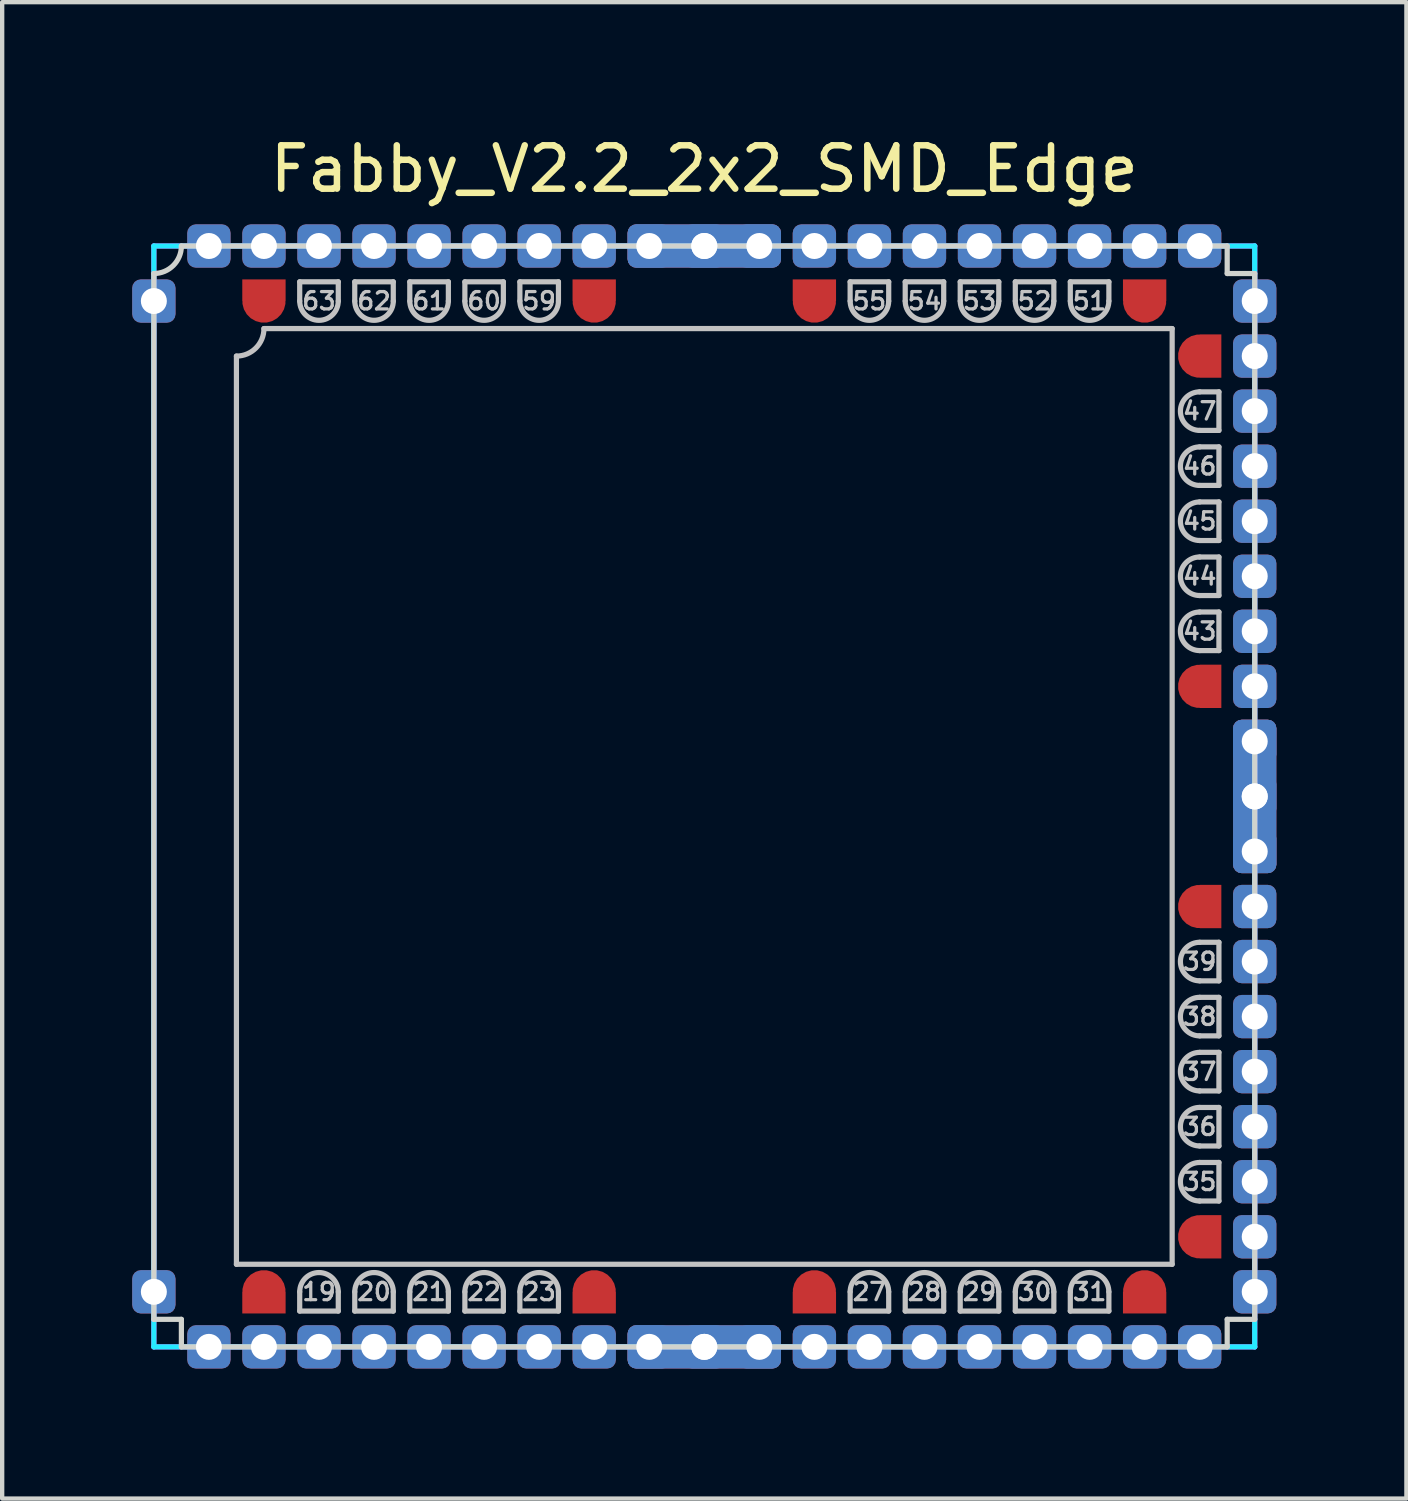
<source format=kicad_pcb>
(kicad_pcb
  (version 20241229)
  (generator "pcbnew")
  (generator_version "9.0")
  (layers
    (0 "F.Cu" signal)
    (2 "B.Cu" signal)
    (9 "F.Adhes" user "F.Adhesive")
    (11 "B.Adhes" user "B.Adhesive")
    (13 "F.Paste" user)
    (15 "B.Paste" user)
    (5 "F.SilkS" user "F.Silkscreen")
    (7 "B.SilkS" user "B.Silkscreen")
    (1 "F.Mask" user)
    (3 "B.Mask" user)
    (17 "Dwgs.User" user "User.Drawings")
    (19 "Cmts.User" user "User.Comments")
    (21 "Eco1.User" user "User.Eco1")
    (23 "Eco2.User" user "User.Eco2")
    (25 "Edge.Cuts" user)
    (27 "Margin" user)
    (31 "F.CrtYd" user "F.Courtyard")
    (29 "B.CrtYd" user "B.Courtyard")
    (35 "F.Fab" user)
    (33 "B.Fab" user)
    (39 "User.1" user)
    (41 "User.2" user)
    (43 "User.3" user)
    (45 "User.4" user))
  (footprint "Fabby_V2.2_2x2_SMD_Edge"
    (layer "F.Cu")
    (at 13.2 15.326)
    (property "Reference" "Fabby_V2.2_2x2_SMD_Edge" (at 0 -14.478 0) (layer "F.SilkS") (effects (font (size 1 1) (thickness 0.15))))
    (attr through_hole)
    (fp_line (start -10.795 10.795) (end -10.795 -10.16) (stroke (width 0.12) (type solid)) (layer "Dwgs.User"))
    (fp_line (start -10.16 -10.795) (end 10.795 -10.795) (stroke (width 0.12) (type solid)) (layer "Dwgs.User"))
    (fp_line (start -9.335 -11.874) (end -9.335 -11.43) (stroke (width 0.12) (type solid)) (layer "Dwgs.User"))
    (fp_line (start -9.335 11.874) (end -9.335 11.43) (stroke (width 0.12) (type solid)) (layer "Dwgs.User"))
    (fp_line (start -9.335 11.874) (end -8.445 11.874) (stroke (width 0.12) (type solid)) (layer "Dwgs.User"))
    (fp_line (start -8.445 -11.874) (end -9.335 -11.874) (stroke (width 0.12) (type solid)) (layer "Dwgs.User"))
    (fp_line (start -8.445 -11.874) (end -8.445 -11.43) (stroke (width 0.12) (type solid)) (layer "Dwgs.User"))
    (fp_line (start -8.445 11.874) (end -8.445 11.43) (stroke (width 0.12) (type solid)) (layer "Dwgs.User"))
    (fp_line (start -8.065 -11.874) (end -8.065 -11.43) (stroke (width 0.12) (type solid)) (layer "Dwgs.User"))
    (fp_line (start -8.065 11.874) (end -8.065 11.43) (stroke (width 0.12) (type solid)) (layer "Dwgs.User"))
    (fp_line (start -8.065 11.874) (end -7.176 11.874) (stroke (width 0.12) (type solid)) (layer "Dwgs.User"))
    (fp_line (start -7.176 -11.874) (end -8.065 -11.874) (stroke (width 0.12) (type solid)) (layer "Dwgs.User"))
    (fp_line (start -7.176 -11.874) (end -7.176 -11.43) (stroke (width 0.12) (type solid)) (layer "Dwgs.User"))
    (fp_line (start -7.176 11.874) (end -7.176 11.43) (stroke (width 0.12) (type solid)) (layer "Dwgs.User"))
    (fp_line (start -6.795 -11.874) (end -6.795 -11.43) (stroke (width 0.12) (type solid)) (layer "Dwgs.User"))
    (fp_line (start -6.795 11.874) (end -6.795 11.43) (stroke (width 0.12) (type solid)) (layer "Dwgs.User"))
    (fp_line (start -6.795 11.874) (end -5.905 11.874) (stroke (width 0.12) (type solid)) (layer "Dwgs.User"))
    (fp_line (start -5.905 -11.874) (end -6.795 -11.874) (stroke (width 0.12) (type solid)) (layer "Dwgs.User"))
    (fp_line (start -5.905 -11.874) (end -5.905 -11.43) (stroke (width 0.12) (type solid)) (layer "Dwgs.User"))
    (fp_line (start -5.905 11.874) (end -5.905 11.43) (stroke (width 0.12) (type solid)) (layer "Dwgs.User"))
    (fp_line (start -5.524 -11.874) (end -5.524 -11.43) (stroke (width 0.12) (type solid)) (layer "Dwgs.User"))
    (fp_line (start -5.524 11.874) (end -5.524 11.43) (stroke (width 0.12) (type solid)) (layer "Dwgs.User"))
    (fp_line (start -5.524 11.874) (end -4.636 11.874) (stroke (width 0.12) (type solid)) (layer "Dwgs.User"))
    (fp_line (start -4.636 -11.874) (end -5.524 -11.874) (stroke (width 0.12) (type solid)) (layer "Dwgs.User"))
    (fp_line (start -4.636 -11.874) (end -4.636 -11.43) (stroke (width 0.12) (type solid)) (layer "Dwgs.User"))
    (fp_line (start -4.636 11.874) (end -4.636 11.43) (stroke (width 0.12) (type solid)) (layer "Dwgs.User"))
    (fp_line (start -4.255 -11.874) (end -4.255 -11.43) (stroke (width 0.12) (type solid)) (layer "Dwgs.User"))
    (fp_line (start -4.255 11.874) (end -4.255 11.43) (stroke (width 0.12) (type solid)) (layer "Dwgs.User"))
    (fp_line (start -4.255 11.874) (end -3.365 11.874) (stroke (width 0.12) (type solid)) (layer "Dwgs.User"))
    (fp_line (start -3.365 -11.874) (end -4.255 -11.874) (stroke (width 0.12) (type solid)) (layer "Dwgs.User"))
    (fp_line (start -3.365 -11.874) (end -3.365 -11.43) (stroke (width 0.12) (type solid)) (layer "Dwgs.User"))
    (fp_line (start -3.365 11.874) (end -3.365 11.43) (stroke (width 0.12) (type solid)) (layer "Dwgs.User"))
    (fp_line (start 3.365 -11.874) (end 3.365 -11.43) (stroke (width 0.12) (type solid)) (layer "Dwgs.User"))
    (fp_line (start 3.365 11.874) (end 3.365 11.43) (stroke (width 0.12) (type solid)) (layer "Dwgs.User"))
    (fp_line (start 3.365 11.874) (end 4.255 11.874) (stroke (width 0.12) (type solid)) (layer "Dwgs.User"))
    (fp_line (start 4.255 -11.874) (end 3.365 -11.874) (stroke (width 0.12) (type solid)) (layer "Dwgs.User"))
    (fp_line (start 4.255 -11.874) (end 4.255 -11.43) (stroke (width 0.12) (type solid)) (layer "Dwgs.User"))
    (fp_line (start 4.255 11.874) (end 4.255 11.43) (stroke (width 0.12) (type solid)) (layer "Dwgs.User"))
    (fp_line (start 4.636 -11.874) (end 4.636 -11.43) (stroke (width 0.12) (type solid)) (layer "Dwgs.User"))
    (fp_line (start 4.636 11.874) (end 4.636 11.43) (stroke (width 0.12) (type solid)) (layer "Dwgs.User"))
    (fp_line (start 4.636 11.874) (end 5.524 11.874) (stroke (width 0.12) (type solid)) (layer "Dwgs.User"))
    (fp_line (start 5.524 -11.874) (end 4.636 -11.874) (stroke (width 0.12) (type solid)) (layer "Dwgs.User"))
    (fp_line (start 5.524 -11.874) (end 5.524 -11.43) (stroke (width 0.12) (type solid)) (layer "Dwgs.User"))
    (fp_line (start 5.524 11.874) (end 5.524 11.43) (stroke (width 0.12) (type solid)) (layer "Dwgs.User"))
    (fp_line (start 5.905 -11.874) (end 5.905 -11.43) (stroke (width 0.12) (type solid)) (layer "Dwgs.User"))
    (fp_line (start 5.905 11.874) (end 5.905 11.43) (stroke (width 0.12) (type solid)) (layer "Dwgs.User"))
    (fp_line (start 5.905 11.874) (end 6.795 11.874) (stroke (width 0.12) (type solid)) (layer "Dwgs.User"))
    (fp_line (start 6.795 -11.874) (end 5.905 -11.874) (stroke (width 0.12) (type solid)) (layer "Dwgs.User"))
    (fp_line (start 6.795 -11.874) (end 6.795 -11.43) (stroke (width 0.12) (type solid)) (layer "Dwgs.User"))
    (fp_line (start 6.795 11.874) (end 6.795 11.43) (stroke (width 0.12) (type solid)) (layer "Dwgs.User"))
    (fp_line (start 7.176 -11.874) (end 7.176 -11.43) (stroke (width 0.12) (type solid)) (layer "Dwgs.User"))
    (fp_line (start 7.176 11.874) (end 7.176 11.43) (stroke (width 0.12) (type solid)) (layer "Dwgs.User"))
    (fp_line (start 7.176 11.874) (end 8.065 11.874) (stroke (width 0.12) (type solid)) (layer "Dwgs.User"))
    (fp_line (start 8.065 -11.874) (end 7.176 -11.874) (stroke (width 0.12) (type solid)) (layer "Dwgs.User"))
    (fp_line (start 8.065 -11.874) (end 8.065 -11.43) (stroke (width 0.12) (type solid)) (layer "Dwgs.User"))
    (fp_line (start 8.065 11.874) (end 8.065 11.43) (stroke (width 0.12) (type solid)) (layer "Dwgs.User"))
    (fp_line (start 8.445 -11.874) (end 8.445 -11.43) (stroke (width 0.12) (type solid)) (layer "Dwgs.User"))
    (fp_line (start 8.445 11.874) (end 8.445 11.43) (stroke (width 0.12) (type solid)) (layer "Dwgs.User"))
    (fp_line (start 8.445 11.874) (end 9.335 11.874) (stroke (width 0.12) (type solid)) (layer "Dwgs.User"))
    (fp_line (start 9.335 -11.874) (end 8.445 -11.874) (stroke (width 0.12) (type solid)) (layer "Dwgs.User"))
    (fp_line (start 9.335 -11.874) (end 9.335 -11.43) (stroke (width 0.12) (type solid)) (layer "Dwgs.User"))
    (fp_line (start 9.335 11.874) (end 9.335 11.43) (stroke (width 0.12) (type solid)) (layer "Dwgs.User"))
    (fp_line (start 10.795 -10.795) (end 10.795 10.795) (stroke (width 0.12) (type solid)) (layer "Dwgs.User"))
    (fp_line (start 10.795 10.795) (end -10.795 10.795) (stroke (width 0.12) (type solid)) (layer "Dwgs.User"))
    (fp_line (start 11.874 -9.335) (end 11.43 -9.335) (stroke (width 0.12) (type solid)) (layer "Dwgs.User"))
    (fp_line (start 11.874 -8.445) (end 11.43 -8.445) (stroke (width 0.12) (type solid)) (layer "Dwgs.User"))
    (fp_line (start 11.874 -8.445) (end 11.874 -9.335) (stroke (width 0.12) (type solid)) (layer "Dwgs.User"))
    (fp_line (start 11.874 -8.065) (end 11.43 -8.065) (stroke (width 0.12) (type solid)) (layer "Dwgs.User"))
    (fp_line (start 11.874 -7.176) (end 11.43 -7.176) (stroke (width 0.12) (type solid)) (layer "Dwgs.User"))
    (fp_line (start 11.874 -7.176) (end 11.874 -8.065) (stroke (width 0.12) (type solid)) (layer "Dwgs.User"))
    (fp_line (start 11.874 -6.795) (end 11.43 -6.795) (stroke (width 0.12) (type solid)) (layer "Dwgs.User"))
    (fp_line (start 11.874 -5.905) (end 11.43 -5.905) (stroke (width 0.12) (type solid)) (layer "Dwgs.User"))
    (fp_line (start 11.874 -5.905) (end 11.874 -6.795) (stroke (width 0.12) (type solid)) (layer "Dwgs.User"))
    (fp_line (start 11.874 -5.524) (end 11.43 -5.524) (stroke (width 0.12) (type solid)) (layer "Dwgs.User"))
    (fp_line (start 11.874 -4.636) (end 11.43 -4.636) (stroke (width 0.12) (type solid)) (layer "Dwgs.User"))
    (fp_line (start 11.874 -4.636) (end 11.874 -5.524) (stroke (width 0.12) (type solid)) (layer "Dwgs.User"))
    (fp_line (start 11.874 -4.255) (end 11.43 -4.255) (stroke (width 0.12) (type solid)) (layer "Dwgs.User"))
    (fp_line (start 11.874 -3.365) (end 11.43 -3.365) (stroke (width 0.12) (type solid)) (layer "Dwgs.User"))
    (fp_line (start 11.874 -3.365) (end 11.874 -4.255) (stroke (width 0.12) (type solid)) (layer "Dwgs.User"))
    (fp_line (start 11.874 3.365) (end 11.43 3.365) (stroke (width 0.12) (type solid)) (layer "Dwgs.User"))
    (fp_line (start 11.874 4.255) (end 11.43 4.255) (stroke (width 0.12) (type solid)) (layer "Dwgs.User"))
    (fp_line (start 11.874 4.255) (end 11.874 3.365) (stroke (width 0.12) (type solid)) (layer "Dwgs.User"))
    (fp_line (start 11.874 4.636) (end 11.43 4.636) (stroke (width 0.12) (type solid)) (layer "Dwgs.User"))
    (fp_line (start 11.874 5.524) (end 11.43 5.524) (stroke (width 0.12) (type solid)) (layer "Dwgs.User"))
    (fp_line (start 11.874 5.524) (end 11.874 4.636) (stroke (width 0.12) (type solid)) (layer "Dwgs.User"))
    (fp_line (start 11.874 5.905) (end 11.43 5.905) (stroke (width 0.12) (type solid)) (layer "Dwgs.User"))
    (fp_line (start 11.874 6.795) (end 11.43 6.795) (stroke (width 0.12) (type solid)) (layer "Dwgs.User"))
    (fp_line (start 11.874 6.795) (end 11.874 5.905) (stroke (width 0.12) (type solid)) (layer "Dwgs.User"))
    (fp_line (start 11.874 7.176) (end 11.43 7.176) (stroke (width 0.12) (type solid)) (layer "Dwgs.User"))
    (fp_line (start 11.874 8.065) (end 11.43 8.065) (stroke (width 0.12) (type solid)) (layer "Dwgs.User"))
    (fp_line (start 11.874 8.065) (end 11.874 7.176) (stroke (width 0.12) (type solid)) (layer "Dwgs.User"))
    (fp_line (start 11.874 8.445) (end 11.43 8.445) (stroke (width 0.12) (type solid)) (layer "Dwgs.User"))
    (fp_line (start 11.874 9.335) (end 11.43 9.335) (stroke (width 0.12) (type solid)) (layer "Dwgs.User"))
    (fp_line (start 11.874 9.335) (end 11.874 8.445) (stroke (width 0.12) (type solid)) (layer "Dwgs.User"))
    (fp_arc (start -10.16 -10.795) (mid -10.345987 -10.345987) (end -10.795 -10.16) (stroke (width 0.12) (type solid)) (layer "Dwgs.User"))
    (fp_arc (start -9.3345 11.43) (mid -8.89 10.9855) (end -8.4455 11.43) (stroke (width 0.12) (type solid)) (layer "Dwgs.User"))
    (fp_arc (start -8.4455 -11.43) (mid -8.89 -10.9855) (end -9.3345 -11.43) (stroke (width 0.12) (type solid)) (layer "Dwgs.User"))
    (fp_arc (start -8.0645 11.43) (mid -7.62 10.9855) (end -7.1755 11.43) (stroke (width 0.12) (type solid)) (layer "Dwgs.User"))
    (fp_arc (start -7.1755 -11.43) (mid -7.62 -10.9855) (end -8.0645 -11.43) (stroke (width 0.12) (type solid)) (layer "Dwgs.User"))
    (fp_arc (start -6.7945 11.43) (mid -6.35 10.9855) (end -5.9055 11.43) (stroke (width 0.12) (type solid)) (layer "Dwgs.User"))
    (fp_arc (start -5.9055 -11.43) (mid -6.35 -10.9855) (end -6.7945 -11.43) (stroke (width 0.12) (type solid)) (layer "Dwgs.User"))
    (fp_arc (start -5.5245 11.43) (mid -5.08 10.9855) (end -4.6355 11.43) (stroke (width 0.12) (type solid)) (layer "Dwgs.User"))
    (fp_arc (start -4.6355 -11.43) (mid -5.08 -10.9855) (end -5.5245 -11.43) (stroke (width 0.12) (type solid)) (layer "Dwgs.User"))
    (fp_arc (start -4.2545 11.43) (mid -3.81 10.9855) (end -3.3655 11.43) (stroke (width 0.12) (type solid)) (layer "Dwgs.User"))
    (fp_arc (start -3.3655 -11.43) (mid -3.81 -10.9855) (end -4.2545 -11.43) (stroke (width 0.12) (type solid)) (layer "Dwgs.User"))
    (fp_arc (start 3.3655 11.43) (mid 3.81 10.9855) (end 4.2545 11.43) (stroke (width 0.12) (type solid)) (layer "Dwgs.User"))
    (fp_arc (start 4.2545 -11.43) (mid 3.81 -10.9855) (end 3.3655 -11.43) (stroke (width 0.12) (type solid)) (layer "Dwgs.User"))
    (fp_arc (start 4.6355 11.43) (mid 5.08 10.9855) (end 5.5245 11.43) (stroke (width 0.12) (type solid)) (layer "Dwgs.User"))
    (fp_arc (start 5.5245 -11.43) (mid 5.08 -10.9855) (end 4.6355 -11.43) (stroke (width 0.12) (type solid)) (layer "Dwgs.User"))
    (fp_arc (start 5.9055 11.43) (mid 6.35 10.9855) (end 6.7945 11.43) (stroke (width 0.12) (type solid)) (layer "Dwgs.User"))
    (fp_arc (start 6.7945 -11.43) (mid 6.35 -10.9855) (end 5.9055 -11.43) (stroke (width 0.12) (type solid)) (layer "Dwgs.User"))
    (fp_arc (start 7.1755 11.43) (mid 7.62 10.9855) (end 8.0645 11.43) (stroke (width 0.12) (type solid)) (layer "Dwgs.User"))
    (fp_arc (start 8.0645 -11.43) (mid 7.62 -10.9855) (end 7.1755 -11.43) (stroke (width 0.12) (type solid)) (layer "Dwgs.User"))
    (fp_arc (start 8.4455 11.43) (mid 8.89 10.9855) (end 9.3345 11.43) (stroke (width 0.12) (type solid)) (layer "Dwgs.User"))
    (fp_arc (start 9.3345 -11.43) (mid 8.89 -10.9855) (end 8.4455 -11.43) (stroke (width 0.12) (type solid)) (layer "Dwgs.User"))
    (fp_arc (start 11.43 -8.4455) (mid 10.9855 -8.89) (end 11.43 -9.3345) (stroke (width 0.12) (type solid)) (layer "Dwgs.User"))
    (fp_arc (start 11.43 -7.1755) (mid 10.9855 -7.62) (end 11.43 -8.0645) (stroke (width 0.12) (type solid)) (layer "Dwgs.User"))
    (fp_arc (start 11.43 -5.9055) (mid 10.9855 -6.35) (end 11.43 -6.7945) (stroke (width 0.12) (type solid)) (layer "Dwgs.User"))
    (fp_arc (start 11.43 -4.6355) (mid 10.9855 -5.08) (end 11.43 -5.5245) (stroke (width 0.12) (type solid)) (layer "Dwgs.User"))
    (fp_arc (start 11.43 -3.3655) (mid 10.9855 -3.81) (end 11.43 -4.2545) (stroke (width 0.12) (type solid)) (layer "Dwgs.User"))
    (fp_arc (start 11.43 4.2545) (mid 10.9855 3.81) (end 11.43 3.3655) (stroke (width 0.12) (type solid)) (layer "Dwgs.User"))
    (fp_arc (start 11.43 5.5245) (mid 10.9855 5.08) (end 11.43 4.6355) (stroke (width 0.12) (type solid)) (layer "Dwgs.User"))
    (fp_arc (start 11.43 6.7945) (mid 10.9855 6.35) (end 11.43 5.9055) (stroke (width 0.12) (type solid)) (layer "Dwgs.User"))
    (fp_arc (start 11.43 8.0645) (mid 10.9855 7.62) (end 11.43 7.1755) (stroke (width 0.12) (type solid)) (layer "Dwgs.User"))
    (fp_arc (start 11.43 9.3345) (mid 10.9855 8.89) (end 11.43 8.4455) (stroke (width 0.12) (type solid)) (layer "Dwgs.User"))
    (fp_line (start -12.7 12.065) (end -12.7 -12.065) (stroke (width 0.12) (type solid)) (layer "Edge.Cuts"))
    (fp_line (start -12.7 12.065) (end -12.065 12.065) (stroke (width 0.12) (type solid)) (layer "Edge.Cuts"))
    (fp_line (start -12.065 -12.7) (end 12.065 -12.7) (stroke (width 0.12) (type solid)) (layer "Edge.Cuts"))
    (fp_line (start -12.065 12.065) (end -12.065 12.7) (stroke (width 0.12) (type solid)) (layer "Edge.Cuts"))
    (fp_line (start -12.065 12.7) (end 12.065 12.7) (stroke (width 0.12) (type solid)) (layer "Edge.Cuts"))
    (fp_line (start 12.065 -12.7) (end 12.065 -12.065) (stroke (width 0.12) (type solid)) (layer "Edge.Cuts"))
    (fp_line (start 12.065 -12.065) (end 12.7 -12.065) (stroke (width 0.12) (type solid)) (layer "Edge.Cuts"))
    (fp_line (start 12.065 12.065) (end 12.7 12.065) (stroke (width 0.12) (type solid)) (layer "Edge.Cuts"))
    (fp_line (start 12.065 12.7) (end 12.065 12.065) (stroke (width 0.12) (type solid)) (layer "Edge.Cuts"))
    (fp_line (start 12.7 -12.065) (end 12.7 12.065) (stroke (width 0.12) (type solid)) (layer "Edge.Cuts"))
    (fp_arc (start -12.065 -12.7) (mid -12.250987 -12.250987) (end -12.7 -12.065) (stroke (width 0.12) (type solid)) (layer "Edge.Cuts"))
    (fp_line (start -12.7 -12.7) (end 12.7 -12.7) (stroke (width 0.12) (type solid)) (layer "B.CrtYd"))
    (fp_line (start -12.7 12.7) (end -12.7 -12.7) (stroke (width 0.12) (type solid)) (layer "B.CrtYd"))
    (fp_line (start 12.7 -12.7) (end 12.7 12.7) (stroke (width 0.12) (type solid)) (layer "B.CrtYd"))
    (fp_line (start 12.7 12.7) (end -12.7 12.7) (stroke (width 0.12) (type solid)) (layer "B.CrtYd"))
    (fp_line (start -12.7 -12.7) (end 12.7 -12.7) (stroke (width 0.12) (type solid)) (layer "F.CrtYd"))
    (fp_line (start -12.7 12.7) (end -12.7 -12.7) (stroke (width 0.12) (type solid)) (layer "F.CrtYd"))
    (fp_line (start 12.7 -12.7) (end 12.7 12.7) (stroke (width 0.12) (type solid)) (layer "F.CrtYd"))
    (fp_line (start 12.7 12.7) (end -12.7 12.7) (stroke (width 0.12) (type solid)) (layer "F.CrtYd"))
    (fp_text user "29" (at 6.35 11.43 0) (layer "Dwgs.User") (effects (font (size 0.4 0.4) (thickness 0.075))))
    (fp_text user "52" (at 7.62 -11.43 0) (layer "Dwgs.User") (effects (font (size 0.4 0.4) (thickness 0.075))))
    (fp_text user "37" (at 11.43 6.35 0) (layer "Dwgs.User") (effects (font (size 0.4 0.4) (thickness 0.075))))
    (fp_text user "53" (at 6.35 -11.43 0) (layer "Dwgs.User") (effects (font (size 0.4 0.4) (thickness 0.075))))
    (fp_text user "20" (at -7.62 11.43 0) (layer "Dwgs.User") (effects (font (size 0.4 0.4) (thickness 0.075))))
    (fp_text user "54" (at 5.08 -11.43 0) (layer "Dwgs.User") (effects (font (size 0.4 0.4) (thickness 0.075))))
    (fp_text user "46" (at 11.43 -7.62 0) (layer "Dwgs.User") (effects (font (size 0.4 0.4) (thickness 0.075))))
    (fp_text user "22" (at -5.08 11.43 0) (layer "Dwgs.User") (effects (font (size 0.4 0.4) (thickness 0.075))))
    (fp_text user "45" (at 11.43 -6.35 0) (layer "Dwgs.User") (effects (font (size 0.4 0.4) (thickness 0.075))))
    (fp_text user "35" (at 11.43 8.89 0) (layer "Dwgs.User") (effects (font (size 0.4 0.4) (thickness 0.075))))
    (fp_text user "47" (at 11.43 -8.89 0) (layer "Dwgs.User") (effects (font (size 0.4 0.4) (thickness 0.075))))
    (fp_text user "61" (at -6.35 -11.43 0) (layer "Dwgs.User") (effects (font (size 0.4 0.4) (thickness 0.075))))
    (fp_text user "21" (at -6.35 11.43 0) (layer "Dwgs.User") (effects (font (size 0.4 0.4) (thickness 0.075))))
    (fp_text user "59" (at -3.81 -11.43 0) (layer "Dwgs.User") (effects (font (size 0.4 0.4) (thickness 0.075))))
    (fp_text user "27" (at 3.81 11.43 0) (layer "Dwgs.User") (effects (font (size 0.4 0.4) (thickness 0.075))))
    (fp_text user "36" (at 11.43 7.62 0) (layer "Dwgs.User") (effects (font (size 0.4 0.4) (thickness 0.075))))
    (fp_text user "62" (at -7.62 -11.43 0) (layer "Dwgs.User") (effects (font (size 0.4 0.4) (thickness 0.075))))
    (fp_text user "55" (at 3.81 -11.43 0) (layer "Dwgs.User") (effects (font (size 0.4 0.4) (thickness 0.075))))
    (fp_text user "23" (at -3.81 11.43 0) (layer "Dwgs.User") (effects (font (size 0.4 0.4) (thickness 0.075))))
    (fp_text user "39" (at 11.43 3.81 0) (layer "Dwgs.User") (effects (font (size 0.4 0.4) (thickness 0.075))))
    (fp_text user "63" (at -8.89 -11.43 0) (layer "Dwgs.User") (effects (font (size 0.4 0.4) (thickness 0.075))))
    (fp_text user "51" (at 8.89 -11.43 0) (layer "Dwgs.User") (effects (font (size 0.4 0.4) (thickness 0.075))))
    (fp_text user "43" (at 11.43 -3.81 0) (layer "Dwgs.User") (effects (font (size 0.4 0.4) (thickness 0.075))))
    (fp_text user "28" (at 5.08 11.43 0) (layer "Dwgs.User") (effects (font (size 0.4 0.4) (thickness 0.075))))
    (fp_text user "30" (at 7.62 11.43 0) (layer "Dwgs.User") (effects (font (size 0.4 0.4) (thickness 0.075))))
    (fp_text user "31" (at 8.89 11.43 0) (layer "Dwgs.User") (effects (font (size 0.4 0.4) (thickness 0.075))))
    (fp_text user "60" (at -5.08 -11.43 0) (layer "Dwgs.User") (effects (font (size 0.4 0.4) (thickness 0.075))))
    (fp_text user "38" (at 11.43 5.08 0) (layer "Dwgs.User") (effects (font (size 0.4 0.4) (thickness 0.075))))
    (fp_text user "44" (at 11.43 -5.08 0) (layer "Dwgs.User") (effects (font (size 0.4 0.4) (thickness 0.075))))
    (fp_text user "19" (at -8.89 11.43 0) (layer "Dwgs.User") (effects (font (size 0.4 0.4) (thickness 0.075))))
    (pad "" thru_hole roundrect (at -10.16 -12.7 270) (size 1 1) (drill 0.6) (layers "*.Cu" "*.Mask") (roundrect_rratio 0.2))
    (pad "" thru_hole roundrect (at -10.16 12.7 270) (size 1 1) (drill 0.6) (layers "*.Cu" "*.Mask") (roundrect_rratio 0.2))
    (pad "" thru_hole roundrect (at -2.54 -12.7 270) (size 1 1) (drill 0.6) (layers "*.Cu" "*.Mask") (roundrect_rratio 0.2))
    (pad "" thru_hole roundrect (at -2.54 12.7 270) (size 1 1) (drill 0.6) (layers "*.Cu" "*.Mask") (roundrect_rratio 0.2))
    (pad "" thru_hole roundrect (at 2.54 -12.7 270) (size 1 1) (drill 0.6) (layers "*.Cu" "*.Mask") (roundrect_rratio 0.2))
    (pad "" thru_hole roundrect (at 2.54 12.7 270) (size 1 1) (drill 0.6) (layers "*.Cu" "*.Mask") (roundrect_rratio 0.2))
    (pad "" thru_hole roundrect (at 10.16 -12.7 270) (size 1 1) (drill 0.6) (layers "*.Cu" "*.Mask") (roundrect_rratio 0.2))
    (pad "" thru_hole roundrect (at 10.16 12.7 270) (size 1 1) (drill 0.6) (layers "*.Cu" "*.Mask") (roundrect_rratio 0.2))
    (pad "" thru_hole roundrect (at 12.7 -10.16 270) (size 1 1) (drill 0.6) (layers "*.Cu" "*.Mask") (roundrect_rratio 0.2))
    (pad "" thru_hole roundrect (at 12.7 -2.54 270) (size 1 1) (drill 0.6) (layers "*.Cu" "*.Mask") (roundrect_rratio 0.2))
    (pad "" thru_hole roundrect (at 12.7 2.54 270) (size 1 1) (drill 0.6) (layers "*.Cu" "*.Mask") (roundrect_rratio 0.2))
    (pad "" thru_hole roundrect (at 12.7 10.16 270) (size 1 1) (drill 0.6) (layers "*.Cu" "*.Mask") (roundrect_rratio 0.2))
    (pad "1" thru_hole roundrect (at -12.7 -11.43 270) (size 1 1) (drill 0.6) (layers "*.Cu" "*.Mask") (roundrect_rratio 0.2))
    (pad "1" thru_hole roundrect (at -12.7 11.43 270) (size 1 1) (drill 0.6) (layers "*.Cu" "*.Mask") (roundrect_rratio 0.2))
    (pad "1" thru_hole roundrect (at -11.43 -12.7 180) (size 1 1) (drill 0.6) (layers "*.Cu" "*.Mask") (roundrect_rratio 0.2))
    (pad "1" thru_hole roundrect (at -11.43 12.7) (size 1 1) (drill 0.6) (layers "*.Cu" "*.Mask") (roundrect_rratio 0.2))
    (pad "1" thru_hole roundrect (at -1.27 -12.7) (size 1 1) (drill 0.6) (layers "*.Cu" "*.Mask") (roundrect_rratio 0.2))
    (pad "1" thru_hole roundrect (at -1.27 12.7) (size 1 1) (drill 0.6) (layers "*.Cu" "*.Mask") (roundrect_rratio 0.2))
    (pad "1" thru_hole roundrect (at 0 -12.7 270) (size 1 2.254) (drill 0.6 (offset 0 -0.643)) (layers "*.Cu" "*.Mask") (roundrect_rratio 0.2))
    (pad "1" thru_hole roundrect (at 0 -12.7 90) (size 1 2.254) (drill 0.6 (offset 0 -0.643)) (layers "*.Cu" "*.Mask") (roundrect_rratio 0.2))
    (pad "1" thru_hole roundrect (at 0 12.7 270) (size 1 2.254) (drill 0.6 (offset 0 -0.643)) (layers "*.Cu" "*.Mask") (roundrect_rratio 0.2))
    (pad "1" thru_hole roundrect (at 0 12.7 90) (size 1 2.254) (drill 0.6 (offset 0 -0.643)) (layers "*.Cu" "*.Mask") (roundrect_rratio 0.2))
    (pad "1" thru_hole roundrect (at 1.27 -12.7) (size 1 1) (drill 0.6) (layers "*.Cu" "*.Mask") (roundrect_rratio 0.2))
    (pad "1" thru_hole roundrect (at 1.27 12.7) (size 1 1) (drill 0.6) (layers "*.Cu" "*.Mask") (roundrect_rratio 0.2))
    (pad "1" thru_hole roundrect (at 11.43 -12.7 180) (size 1 1) (drill 0.6) (layers "*.Cu" "*.Mask") (roundrect_rratio 0.2))
    (pad "1" thru_hole roundrect (at 11.43 12.7) (size 1 1) (drill 0.6) (layers "*.Cu" "*.Mask") (roundrect_rratio 0.2))
    (pad "1" thru_hole roundrect (at 12.7 -11.43 90) (size 1 1) (drill 0.6) (layers "*.Cu" "*.Mask") (roundrect_rratio 0.2))
    (pad "1" thru_hole roundrect (at 12.7 -1.27 270) (size 1 1) (drill 0.6) (layers "*.Cu" "*.Mask") (roundrect_rratio 0.2))
    (pad "1" thru_hole roundrect (at 12.7 0 180) (size 1 2.254) (drill 0.6 (offset 0 -0.643)) (layers "*.Cu" "*.Mask") (roundrect_rratio 0.2))
    (pad "1" thru_hole roundrect (at 12.7 0) (size 1 2.254) (drill 0.6 (offset 0 -0.643)) (layers "*.Cu" "*.Mask") (roundrect_rratio 0.2))
    (pad "1" thru_hole roundrect (at 12.7 1.27 270) (size 1 1) (drill 0.6) (layers "*.Cu" "*.Mask") (roundrect_rratio 0.2))
    (pad "1" thru_hole roundrect (at 12.7 11.43 90) (size 1 1) (drill 0.6) (layers "*.Cu" "*.Mask") (roundrect_rratio 0.2))
    (pad "16" smd custom (at -10.16 11.43 90) (size 1 1) (layers "F.Cu" "F.Mask" "F.Paste") (options (anchor circle)) (primitives (gr_poly (pts (xy -0.5 -0.5) (xy 0 -0.5) (xy 0 0.5) (xy -0.5 0.5)) (width 0) (fill yes))))
    (pad "17" thru_hole roundrect (at -8.89 12.7 270) (size 1 1) (drill 0.6) (layers "*.Cu" "*.Mask") (roundrect_rratio 0.2))
    (pad "18" thru_hole roundrect (at -7.62 12.7 270) (size 1 1) (drill 0.6) (layers "*.Cu" "*.Mask") (roundrect_rratio 0.2))
    (pad "19" thru_hole roundrect (at -6.35 12.7 270) (size 1 1) (drill 0.6) (layers "*.Cu" "*.Mask") (roundrect_rratio 0.2))
    (pad "20" thru_hole roundrect (at -5.08 12.7 270) (size 1 1) (drill 0.6) (layers "*.Cu" "*.Mask") (roundrect_rratio 0.2))
    (pad "21" thru_hole roundrect (at -3.81 12.7 270) (size 1 1) (drill 0.6) (layers "*.Cu" "*.Mask") (roundrect_rratio 0.2))
    (pad "22" smd custom (at -2.54 11.43 90) (size 1 1) (layers "F.Cu" "F.Mask" "F.Paste") (options (anchor circle)) (primitives (gr_poly (pts (xy -0.5 -0.5) (xy 0 -0.5) (xy 0 0.5) (xy -0.5 0.5)) (width 0) (fill yes))))
    (pad "23" smd custom (at 2.54 11.43 90) (size 1 1) (layers "F.Cu" "F.Mask" "F.Paste") (options (anchor circle)) (primitives (gr_poly (pts (xy -0.5 -0.5) (xy 0 -0.5) (xy 0 0.5) (xy -0.5 0.5)) (width 0) (fill yes))))
    (pad "24" thru_hole roundrect (at 3.81 12.7 270) (size 1 1) (drill 0.6) (layers "*.Cu" "*.Mask") (roundrect_rratio 0.2))
    (pad "25" thru_hole roundrect (at 5.08 12.7 270) (size 1 1) (drill 0.6) (layers "*.Cu" "*.Mask") (roundrect_rratio 0.2))
    (pad "26" thru_hole roundrect (at 6.35 12.7 270) (size 1 1) (drill 0.6) (layers "*.Cu" "*.Mask") (roundrect_rratio 0.2))
    (pad "27" thru_hole roundrect (at 7.62 12.7 270) (size 1 1) (drill 0.6) (layers "*.Cu" "*.Mask") (roundrect_rratio 0.2))
    (pad "28" thru_hole roundrect (at 8.89 12.7 270) (size 1 1) (drill 0.6) (layers "*.Cu" "*.Mask") (roundrect_rratio 0.2))
    (pad "29" smd custom (at 10.16 11.43 90) (size 1 1) (layers "F.Cu" "F.Mask" "F.Paste") (options (anchor circle)) (primitives (gr_poly (pts (xy -0.5 -0.5) (xy 0 -0.5) (xy 0 0.5) (xy -0.5 0.5)) (width 0) (fill yes))))
    (pad "30" smd custom (at 11.43 10.16 180) (size 1 1) (layers "F.Cu" "F.Mask" "F.Paste") (options (anchor circle)) (primitives (gr_poly (pts (xy -0.5 -0.5) (xy 0 -0.5) (xy 0 0.5) (xy -0.5 0.5)) (width 0) (fill yes))))
    (pad "31" thru_hole roundrect (at 12.7 8.89 270) (size 1 1) (drill 0.6) (layers "*.Cu" "*.Mask") (roundrect_rratio 0.2))
    (pad "32" thru_hole roundrect (at 12.7 7.62 270) (size 1 1) (drill 0.6) (layers "*.Cu" "*.Mask") (roundrect_rratio 0.2))
    (pad "33" thru_hole roundrect (at 12.7 6.35 270) (size 1 1) (drill 0.6) (layers "*.Cu" "*.Mask") (roundrect_rratio 0.2))
    (pad "34" thru_hole roundrect (at 12.7 5.08 270) (size 1 1) (drill 0.6) (layers "*.Cu" "*.Mask") (roundrect_rratio 0.2))
    (pad "35" thru_hole roundrect (at 12.7 3.81 270) (size 1 1) (drill 0.6) (layers "*.Cu" "*.Mask") (roundrect_rratio 0.2))
    (pad "36" smd custom (at 11.43 2.54 180) (size 1 1) (layers "F.Cu" "F.Mask" "F.Paste") (options (anchor circle)) (primitives (gr_poly (pts (xy -0.5 -0.5) (xy 0 -0.5) (xy 0 0.5) (xy -0.5 0.5)) (width 0) (fill yes))))
    (pad "37" smd custom (at 11.43 -2.54 180) (size 1 1) (layers "F.Cu" "F.Mask" "F.Paste") (options (anchor circle)) (primitives (gr_poly (pts (xy -0.5 -0.5) (xy 0 -0.5) (xy 0 0.5) (xy -0.5 0.5)) (width 0) (fill yes))))
    (pad "38" thru_hole roundrect (at 12.7 -3.81 270) (size 1 1) (drill 0.6) (layers "*.Cu" "*.Mask") (roundrect_rratio 0.2))
    (pad "39" thru_hole roundrect (at 12.7 -5.08 270) (size 1 1) (drill 0.6) (layers "*.Cu" "*.Mask") (roundrect_rratio 0.2))
    (pad "40" thru_hole roundrect (at 12.7 -6.35 270) (size 1 1) (drill 0.6) (layers "*.Cu" "*.Mask") (roundrect_rratio 0.2))
    (pad "41" thru_hole roundrect (at 12.7 -7.62 270) (size 1 1) (drill 0.6) (layers "*.Cu" "*.Mask") (roundrect_rratio 0.2))
    (pad "42" thru_hole roundrect (at 12.7 -8.89 270) (size 1 1) (drill 0.6) (layers "*.Cu" "*.Mask") (roundrect_rratio 0.2))
    (pad "43" smd custom (at 11.43 -10.16 180) (size 1 1) (layers "F.Cu" "F.Mask" "F.Paste") (options (anchor circle)) (primitives (gr_poly (pts (xy -0.5 -0.5) (xy 0 -0.5) (xy 0 0.5) (xy -0.5 0.5)) (width 0) (fill yes))))
    (pad "44" smd custom (at 10.16 -11.43 270) (size 1 1) (layers "F.Cu" "F.Mask" "F.Paste") (options (anchor circle)) (primitives (gr_poly (pts (xy -0.5 -0.5) (xy 0 -0.5) (xy 0 0.5) (xy -0.5 0.5)) (width 0) (fill yes))))
    (pad "45" thru_hole roundrect (at 8.89 -12.7 270) (size 1 1) (drill 0.6) (layers "*.Cu" "*.Mask") (roundrect_rratio 0.2))
    (pad "46" thru_hole roundrect (at 7.62 -12.7 270) (size 1 1) (drill 0.6) (layers "*.Cu" "*.Mask") (roundrect_rratio 0.2))
    (pad "47" thru_hole roundrect (at 6.35 -12.7 270) (size 1 1) (drill 0.6) (layers "*.Cu" "*.Mask") (roundrect_rratio 0.2))
    (pad "48" thru_hole roundrect (at 5.08 -12.7 270) (size 1 1) (drill 0.6) (layers "*.Cu" "*.Mask") (roundrect_rratio 0.2))
    (pad "49" thru_hole roundrect (at 3.81 -12.7 270) (size 1 1) (drill 0.6) (layers "*.Cu" "*.Mask") (roundrect_rratio 0.2))
    (pad "50" smd custom (at 2.54 -11.43 270) (size 1 1) (layers "F.Cu" "F.Mask" "F.Paste") (options (anchor circle)) (primitives (gr_poly (pts (xy -0.5 -0.5) (xy 0 -0.5) (xy 0 0.5) (xy -0.5 0.5)) (width 0) (fill yes))))
    (pad "51" smd custom (at -2.54 -11.43 270) (size 1 1) (layers "F.Cu" "F.Mask" "F.Paste") (options (anchor circle)) (primitives (gr_poly (pts (xy -0.5 -0.5) (xy 0 -0.5) (xy 0 0.5) (xy -0.5 0.5)) (width 0) (fill yes))))
    (pad "52" thru_hole roundrect (at -3.81 -12.7 270) (size 1 1) (drill 0.6) (layers "*.Cu" "*.Mask") (roundrect_rratio 0.2))
    (pad "53" thru_hole roundrect (at -5.08 -12.7 270) (size 1 1) (drill 0.6) (layers "*.Cu" "*.Mask") (roundrect_rratio 0.2))
    (pad "54" thru_hole roundrect (at -6.35 -12.7 270) (size 1 1) (drill 0.6) (layers "*.Cu" "*.Mask") (roundrect_rratio 0.2))
    (pad "55" thru_hole roundrect (at -7.62 -12.7 270) (size 1 1) (drill 0.6) (layers "*.Cu" "*.Mask") (roundrect_rratio 0.2))
    (pad "56" thru_hole roundrect (at -8.89 -12.7 270) (size 1 1) (drill 0.6) (layers "*.Cu" "*.Mask") (roundrect_rratio 0.2))
    (pad "57" smd custom (at -10.16 -11.43 270) (size 1 1) (layers "F.Cu" "F.Mask" "F.Paste") (options (anchor circle)) (primitives (gr_poly (pts (xy -0.5 -0.5) (xy 0 -0.5) (xy 0 0.5) (xy -0.5 0.5)) (width 0) (fill yes)))))
  (gr_rect
    (start -3 -3)
    (end 29.4 31.526)
    (stroke (width 0.1) (type default))
    (fill no)
    (layer "Edge.Cuts")))
</source>
